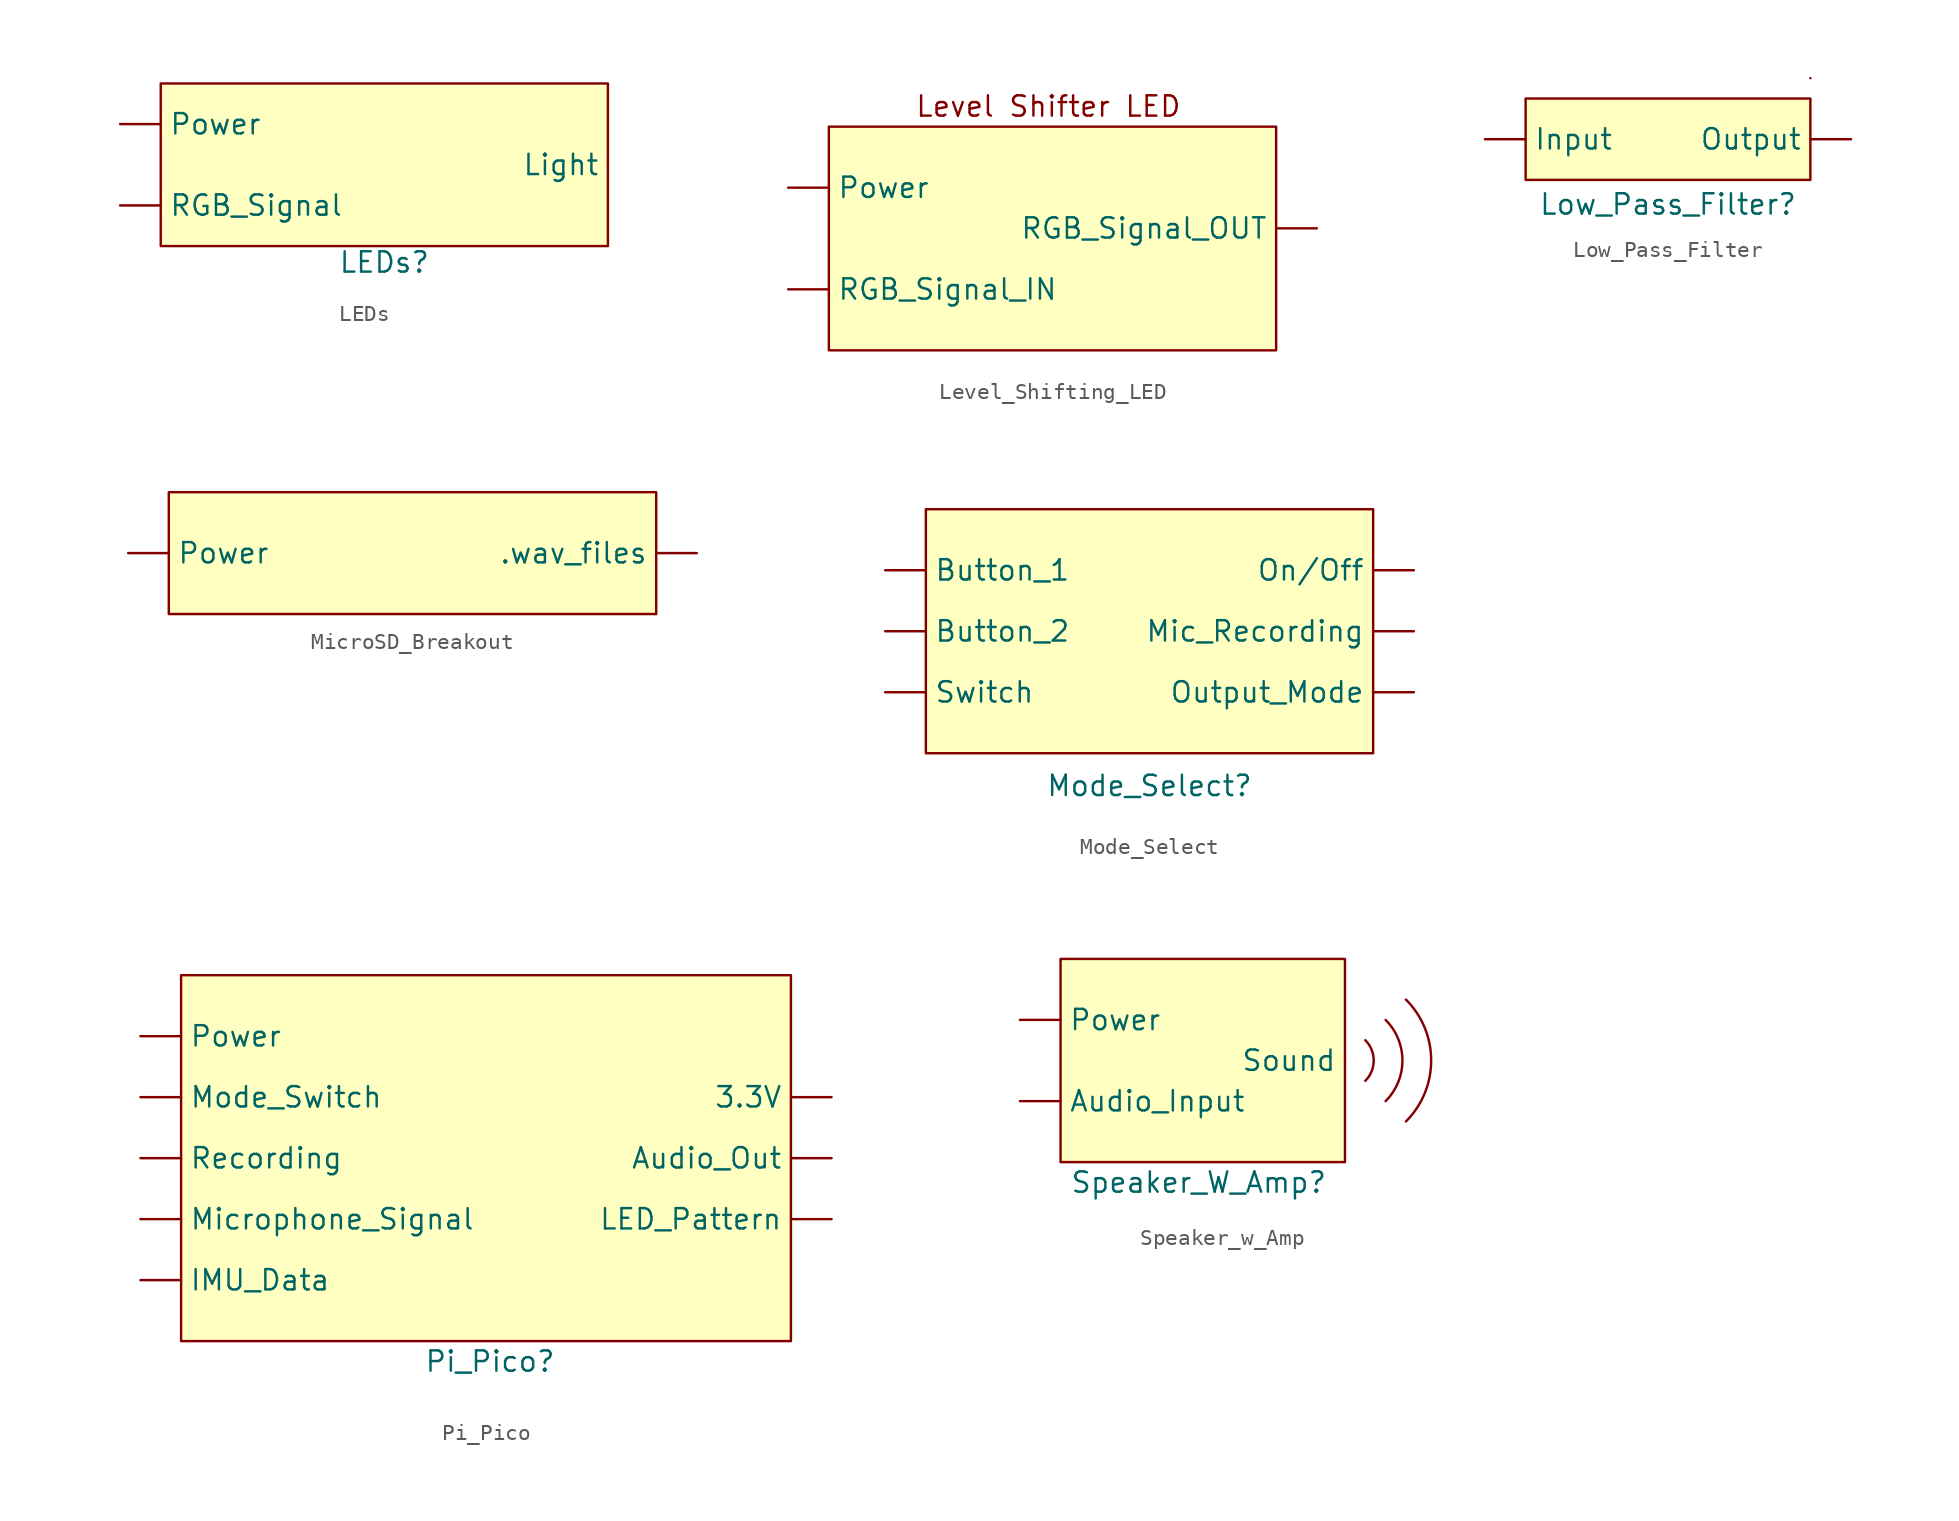
<source format=kicad_sym>
(kicad_symbol_lib
  (version 20241209)
  (generator "kicad_symbol_editor")
  (generator_version "9.0")
  (symbol "LEDs"
    (property "Reference" "LEDs"
      (at 0 -1.016 0)
      (effects (font (size 1.27 1.27))))
    (property "Value" ""
      (at 0 0 0)
      (effects (font (size 1.27 1.27))))
    (symbol "LEDs_1_1"
      (rectangle (start -13.97 10.16) (end 13.97 0) (stroke (width 0) (type solid)) (fill (type background)))
      (pin input line (at -16.51 7.62 0) (length 2.54) (name "Power" (effects (font (size 1.27 1.27)))) (number "" (effects (font (size 1.27 1.27)))))
      (pin input line (at -16.51 2.54 0) (length 2.54) (name "RGB_Signal" (effects (font (size 1.27 1.27)))) (number "" (effects (font (size 1.27 1.27)))))
      (pin input line (at 13.97 5.08 180) (length 0) (name "Light" (effects (font (size 1.27 1.27)))) (number "" (effects (font (size 1.27 1.27)))))))
  (symbol "Level_Shifting_LED"
    (property "Reference" "U"
      (at 0 0 0)
      (effects (font (size 1.27 1.27)) (hide yes)))
    (property "Value" ""
      (at 0 0 0)
      (effects (font (size 1.27 1.27))))
    (symbol "Level_Shifting_LED_1_1"
      (rectangle (start 2.54 -1.27) (end 30.48 -15.24) (stroke (width 0) (type solid)) (fill (type background)))
      (text "Level Shifter LED" (at 16.256 0 0) (effects (font (size 1.27 1.27))))
      (pin input line (at 0 -5.08 0) (length 2.54) (name "Power" (effects (font (size 1.27 1.27)))) (number "" (effects (font (size 1.27 1.27)))))
      (pin input line (at 0 -11.43 0) (length 2.54) (name "RGB_Signal_IN" (effects (font (size 1.27 1.27)))) (number "" (effects (font (size 1.27 1.27)))))
      (pin output line (at 33.02 -7.62 180) (length 2.54) (name "RGB_Signal_OUT" (effects (font (size 1.27 1.27)))) (number "" (effects (font (size 1.27 1.27)))))))
  (symbol "Low_Pass_Filter"
    (property "Reference" "Low_Pass_Filter"
      (at 0 -1.524 0)
      (effects (font (size 1.27 1.27))))
    (property "Value" ""
      (at 0 0 0)
      (effects (font (size 1.27 1.27))))
    (symbol "Low_Pass_Filter_0_1"
      (rectangle (start 8.89 6.35) (end 8.89 6.35) (stroke (width 0) (type default)) (fill (type none))))
    (symbol "Low_Pass_Filter_1_1"
      (rectangle (start -8.89 5.08) (end 8.89 0) (stroke (width 0) (type solid)) (fill (type background)))
      (pin input line (at -11.43 2.54 0) (length 2.54) (name "Input" (effects (font (size 1.27 1.27)))) (number "" (effects (font (size 1.27 1.27)))))
      (pin input line (at 11.43 2.54 180) (length 2.54) (name "Output" (effects (font (size 1.27 1.27)))) (number "" (effects (font (size 1.27 1.27)))))))
  (symbol "MicroSD_Breakout"
    (property "Reference" "U"
      (at 0 0 0)
      (effects (font (size 1.27 1.27)) (hide yes)))
    (property "Value" ""
      (at 0 0 0)
      (effects (font (size 1.27 1.27))))
    (symbol "MicroSD_Breakout_1_1"
      (rectangle (start -3.81 2.54) (end 26.67 -5.08) (stroke (width 0) (type solid)) (fill (type background)))
      (pin input line (at -6.35 -1.27 0) (length 2.54) (name "Power" (effects (font (size 1.27 1.27)))) (number "" (effects (font (size 1.27 1.27)))))
      (pin input line (at 29.21 -1.27 180) (length 2.54) (name ".wav_files" (effects (font (size 1.27 1.27)))) (number "" (effects (font (size 1.27 1.27)))))))
  (symbol "Mode_Select"
    (property "Reference" "Mode_Select"
      (at 0 -5.842 0)
      (effects (font (size 1.27 1.27))))
    (property "Value" ""
      (at 0 0 0)
      (effects (font (size 1.27 1.27))))
    (symbol "Mode_Select_1_1"
      (rectangle (start -13.97 11.43) (end 13.97 -3.81) (stroke (width 0) (type solid)) (fill (type background)))
      (pin input line (at -16.51 7.62 0) (length 2.54) (name "Button_1" (effects (font (size 1.27 1.27)))) (number "" (effects (font (size 1.27 1.27)))))
      (pin input line (at -16.51 3.81 0) (length 2.54) (name "Button_2" (effects (font (size 1.27 1.27)))) (number "" (effects (font (size 1.27 1.27)))))
      (pin input line (at -16.51 0 0) (length 2.54) (name "Switch" (effects (font (size 1.27 1.27)))) (number "" (effects (font (size 1.27 1.27)))))
      (pin input line (at 16.51 7.62 180) (length 2.54) (name "On/Off" (effects (font (size 1.27 1.27)))) (number "" (effects (font (size 1.27 1.27)))))
      (pin input line (at 16.51 3.81 180) (length 2.54) (name "Mic_Recording" (effects (font (size 1.27 1.27)))) (number "" (effects (font (size 1.27 1.27)))))
      (pin input line (at 16.51 0 180) (length 2.54) (name "Output_Mode" (effects (font (size 1.27 1.27)))) (number "" (effects (font (size 1.27 1.27)))))))
  (symbol "Pi_Pico"
    (property "Reference" "Pi_Pico"
      (at 0.254 -1.27 0)
      (effects (font (size 1.27 1.27))))
    (property "Value" ""
      (at 0 0 0)
      (effects (font (size 1.27 1.27))))
    (symbol "Pi_Pico_1_1"
      (rectangle (start -19.05 22.86) (end 19.05 0) (stroke (width 0) (type solid)) (fill (type background)))
      (pin input line (at -21.59 19.05 0) (length 2.54) (name "Power" (effects (font (size 1.27 1.27)))) (number "" (effects (font (size 1.27 1.27)))))
      (pin input line (at -21.59 15.24 0) (length 2.54) (name "Mode_Switch" (effects (font (size 1.27 1.27)))) (number "" (effects (font (size 1.27 1.27)))))
      (pin input line (at -21.59 11.43 0) (length 2.54) (name "Recording" (effects (font (size 1.27 1.27)))) (number "" (effects (font (size 1.27 1.27)))))
      (pin input line (at -21.59 7.62 0) (length 2.54) (name "Microphone_Signal" (effects (font (size 1.27 1.27)))) (number "" (effects (font (size 1.27 1.27)))))
      (pin input line (at -21.59 3.81 0) (length 2.54) (name "IMU_Data" (effects (font (size 1.27 1.27)))) (number "" (effects (font (size 1.27 1.27)))))
      (pin input line (at 21.59 15.24 180) (length 2.54) (name "3.3V" (effects (font (size 1.27 1.27)))) (number "" (effects (font (size 1.27 1.27)))))
      (pin input line (at 21.59 11.43 180) (length 2.54) (name "Audio_Out" (effects (font (size 1.27 1.27)))) (number "" (effects (font (size 1.27 1.27)))))
      (pin input line (at 21.59 7.62 180) (length 2.54) (name "LED_Pattern" (effects (font (size 1.27 1.27)))) (number "" (effects (font (size 1.27 1.27)))))))
  (symbol "Speaker_w_Amp"
    (property "Reference" "Speaker_W_Amp"
      (at -0.254 -1.27 0)
      (effects (font (size 1.27 1.27))))
    (property "Value" ""
      (at 0 0 0)
      (effects (font (size 1.27 1.27))))
    (symbol "Speaker_w_Amp_1_1"
      (rectangle (start -8.89 12.7) (end 8.89 0) (stroke (width 0) (type solid)) (fill (type background)))
      (arc (start 10.16 7.62) (mid 10.6861 6.35) (end 10.16 5.08) (stroke (width 0) (type default)) (fill (type none)))
      (arc (start 11.43 8.89) (mid 12.4821 6.35) (end 11.43 3.81) (stroke (width 0) (type default)) (fill (type none)))
      (arc (start 12.7 10.16) (mid 14.2782 6.35) (end 12.7 2.54) (stroke (width 0) (type default)) (fill (type none)))
      (pin input line (at -11.43 8.89 0) (length 2.54) (name "Power" (effects (font (size 1.27 1.27)))) (number "" (effects (font (size 1.27 1.27)))))
      (pin input line (at -11.43 3.81 0) (length 2.54) (name "Audio_Input" (effects (font (size 1.27 1.27)))) (number "" (effects (font (size 1.27 1.27)))))
      (pin input line (at 8.89 6.35 180) (length 0) (name "Sound" (effects (font (size 1.27 1.27)))) (number "" (effects (font (size 1.27 1.27))))))))
</source>
